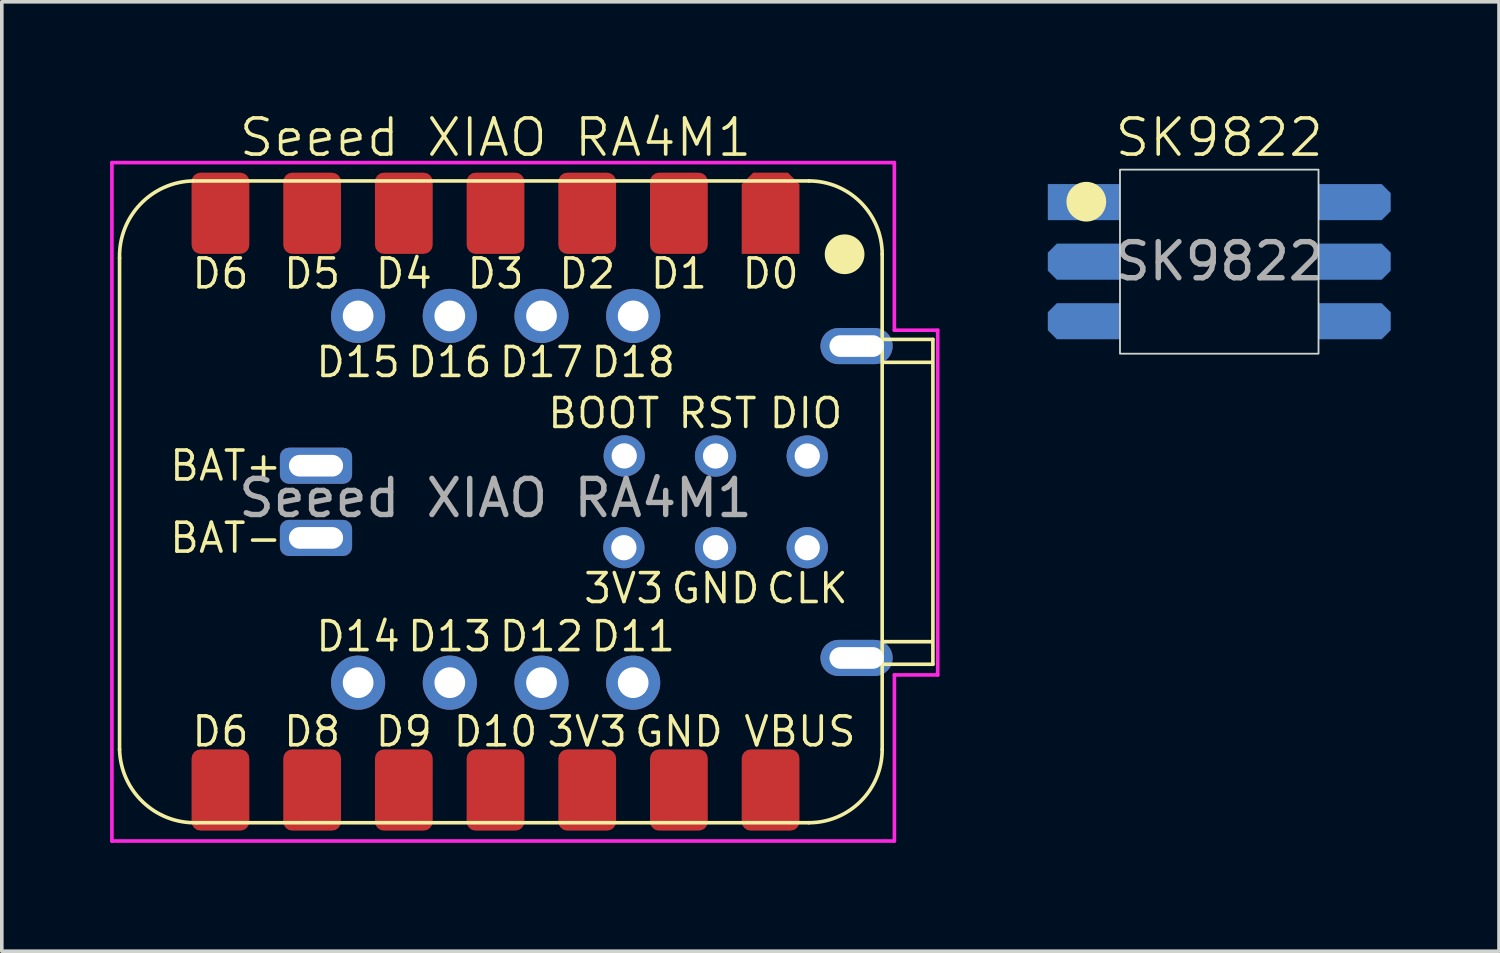
<source format=kicad_pcb>
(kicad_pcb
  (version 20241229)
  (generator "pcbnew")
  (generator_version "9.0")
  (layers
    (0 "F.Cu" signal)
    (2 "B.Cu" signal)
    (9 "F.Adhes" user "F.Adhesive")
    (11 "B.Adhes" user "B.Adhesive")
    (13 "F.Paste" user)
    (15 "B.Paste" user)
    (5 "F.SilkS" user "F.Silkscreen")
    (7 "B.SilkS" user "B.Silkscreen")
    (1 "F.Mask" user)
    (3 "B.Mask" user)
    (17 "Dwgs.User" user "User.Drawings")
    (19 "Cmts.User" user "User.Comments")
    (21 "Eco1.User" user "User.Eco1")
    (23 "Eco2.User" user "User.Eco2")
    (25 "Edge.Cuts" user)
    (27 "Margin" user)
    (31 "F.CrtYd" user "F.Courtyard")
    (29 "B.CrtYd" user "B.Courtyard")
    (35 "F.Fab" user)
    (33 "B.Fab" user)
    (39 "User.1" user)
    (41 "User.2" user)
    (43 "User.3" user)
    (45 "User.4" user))
  (footprint "SK9822"
    (layer "F.Cu")
    (at 30.727 4.189)
    (property "Reference" "SK9822" (at 0 -3.429 0) (unlocked yes) (layer "F.SilkS") (effects (font (size 1 1) (thickness 0.1))))
    (attr smd)
    (fp_circle (center -3.683 -1.651) (end -3.183 -1.651) (stroke (width 0.1) (type solid)) (fill yes) (layer "F.SilkS"))
    (fp_rect (start -2.75 -2.54) (end 2.75 2.56) (stroke (width 0.05) (type default)) (fill no) (layer "Edge.Cuts"))
    (fp_text user "${REFERENCE}" (at 0 0 0) (unlocked yes) (layer "F.Fab") (effects (font (size 1 1) (thickness 0.15))))
    (pad "1" smd rect (at -3.75 -1.64) (size 2 1) (layers "B.Cu" "B.Mask" "B.Paste"))
    (pad "2" smd roundrect (at -3.75 0.01) (size 2 1) (layers "B.Cu" "B.Mask" "B.Paste") (roundrect_rratio 0) (chamfer_ratio 0.25) (chamfer top_left bottom_left))
    (pad "3" smd roundrect (at -3.75 1.66) (size 2 1) (layers "B.Cu" "B.Mask" "B.Paste") (roundrect_rratio 0) (chamfer_ratio 0.25) (chamfer top_left bottom_left))
    (pad "4" smd roundrect (at 3.75 1.66 180) (size 2 1) (layers "B.Cu" "B.Mask" "B.Paste") (roundrect_rratio 0) (chamfer_ratio 0.25) (chamfer top_left bottom_left))
    (pad "5" smd roundrect (at 3.75 0.01 180) (size 2 1) (layers "B.Cu" "B.Mask" "B.Paste") (roundrect_rratio 0) (chamfer_ratio 0.25) (chamfer top_left bottom_left))
    (pad "6" smd roundrect (at 3.75 -1.64 180) (size 2 1) (layers "B.Cu" "B.Mask" "B.Paste") (roundrect_rratio 0) (chamfer_ratio 0.25) (chamfer top_left bottom_left)))
  (footprint "Seeed XIAO RA4M1"
    (layer "F.Cu")
    (at 18.297 2.858)
    (property "Reference" "Seeed XIAO RA4M1" (at -7.62 -2.098 0) (unlocked yes) (layer "F.SilkS") (effects (font (size 1 1) (thickness 0.1))))
    (attr smd)
    (fp_line (start -18.035 1.238) (end -18.035 14.852) (stroke (width 0.1) (type default)) (layer "F.SilkS"))
    (fp_line (start -15.901 16.884) (end 1.06 16.884) (stroke (width 0.1) (type default)) (layer "F.SilkS"))
    (fp_line (start 1.06 -0.896) (end -16.003 -0.896) (stroke (width 0.1) (type default)) (layer "F.SilkS"))
    (fp_line (start 3.092 14.852) (end 3.092 1.136) (stroke (width 0.1) (type default)) (layer "F.SilkS"))
    (fp_line (start 3.13 4.129) (end 4.48 4.129) (stroke (width 0.1) (type default)) (layer "F.SilkS"))
    (fp_line (start 3.13 11.869) (end 4.48 11.869) (stroke (width 0.1) (type default)) (layer "F.SilkS"))
    (fp_line (start 3.147 3.494) (end 4.497 3.494) (stroke (width 0.1) (type default)) (layer "F.SilkS"))
    (fp_line (start 3.147 12.494) (end 4.497 12.494) (stroke (width 0.1) (type default)) (layer "F.SilkS"))
    (fp_line (start 4.497 3.494) (end 4.497 12.494) (stroke (width 0.1) (type default)) (layer "F.SilkS"))
    (fp_arc (start -18.034657 1.237814) (mid -17.460513 -0.249895) (end -16.002552 -0.895859) (stroke (width 0.1) (type default)) (layer "F.SilkS"))
    (fp_arc (start -15.90106 16.88414) (mid -17.388689 16.309992) (end -18.03466 14.852115) (stroke (width 0.1) (type default)) (layer "F.SilkS"))
    (fp_arc (start 1.06029 -0.895883) (mid 2.49717 -0.300715) (end 3.09234 1.136167) (stroke (width 0.1) (type default)) (layer "F.SilkS"))
    (fp_arc (start 3.09234 14.85209) (mid 2.497169 16.288969) (end 1.06029 16.88414) (stroke (width 0.1) (type default)) (layer "F.SilkS"))
    (fp_circle (center 2.051 1.136) (end 2.551 1.136) (stroke (width 0.1) (type solid)) (fill yes) (layer "F.SilkS"))
    (fp_line (start -18.247 -1.403) (end 3.429 -1.403) (stroke (width 0.1) (type default)) (layer "F.CrtYd"))
    (fp_line (start -18.247 17.393) (end -18.247 -1.403) (stroke (width 0.1) (type default)) (layer "F.CrtYd"))
    (fp_line (start 3.429 -1.403) (end 3.429 3.24) (stroke (width 0.1) (type default)) (layer "F.CrtYd"))
    (fp_line (start 3.43 3.24) (end 4.63 3.24) (stroke (width 0.1) (type default)) (layer "F.CrtYd"))
    (fp_line (start 3.43 12.79) (end 3.43 17.39) (stroke (width 0.1) (type default)) (layer "F.CrtYd"))
    (fp_line (start 3.43 12.79) (end 4.63 12.79) (stroke (width 0.1) (type default)) (layer "F.CrtYd"))
    (fp_line (start 3.43 17.39) (end -18.247 17.39) (stroke (width 0.1) (type default)) (layer "F.CrtYd"))
    (fp_line (start 4.63 3.24) (end 4.63 12.79) (stroke (width 0.1) (type default)) (layer "F.CrtYd"))
    (fp_text user "BAT-" (at -15.093 8.994 0) (unlocked yes) (layer "F.SilkS") (effects (font (size 0.8 0.8) (thickness 0.1))))
    (fp_text user "D1" (at -2.54 2.14 0) (unlocked yes) (layer "F.SilkS") (effects (font (size 0.8 0.8) (thickness 0.1)) (justify bottom)))
    (fp_text user "D8" (at -12.7 13.89 0) (unlocked yes) (layer "F.SilkS") (effects (font (size 0.8 0.8) (thickness 0.1)) (justify top)))
    (fp_text user "D13" (at -8.886 11.254 0) (unlocked yes) (layer "F.SilkS") (effects (font (size 0.8 0.8) (thickness 0.1)) (justify top)))
    (fp_text user "D10" (at -7.62 13.89 0) (unlocked yes) (layer "F.SilkS") (effects (font (size 0.8 0.8) (thickness 0.1)) (justify top)))
    (fp_text user "GND" (at -1.524 10.39 0) (unlocked yes) (layer "F.SilkS") (effects (font (size 0.8 0.8) (thickness 0.1))))
    (fp_text user "D6" (at -15.24 2.14 0) (unlocked yes) (layer "F.SilkS") (effects (font (size 0.8 0.8) (thickness 0.1)) (justify bottom)))
    (fp_text user "GND" (at -2.54 13.89 0) (unlocked yes) (layer "F.SilkS") (effects (font (size 0.8 0.8) (thickness 0.1)) (justify top)))
    (fp_text user "D9" (at -10.16 13.89 0) (unlocked yes) (layer "F.SilkS") (effects (font (size 0.8 0.8) (thickness 0.1)) (justify top)))
    (fp_text user "D16" (at -8.886 4.594 0) (unlocked yes) (layer "F.SilkS") (effects (font (size 0.8 0.8) (thickness 0.1)) (justify bottom)))
    (fp_text user "BAT+" (at -15.093 6.994 0) (unlocked yes) (layer "F.SilkS") (effects (font (size 0.8 0.8) (thickness 0.1))))
    (fp_text user "BOOT" (at -4.62 5.54 0) (unlocked yes) (layer "F.SilkS") (effects (font (size 0.8 0.8) (thickness 0.1))))
    (fp_text user "D4" (at -10.16 2.14 0) (unlocked yes) (layer "F.SilkS") (effects (font (size 0.8 0.8) (thickness 0.1)) (justify bottom)))
    (fp_text user "D18" (at -3.806 4.594 0) (unlocked yes) (layer "F.SilkS") (effects (font (size 0.8 0.8) (thickness 0.1)) (justify bottom)))
    (fp_text user "D0" (at 0 2.14 0) (unlocked yes) (layer "F.SilkS") (effects (font (size 0.8 0.8) (thickness 0.1)) (justify bottom)))
    (fp_text user "D14" (at -11.426 11.254 0) (unlocked yes) (layer "F.SilkS") (effects (font (size 0.8 0.8) (thickness 0.1)) (justify top)))
    (fp_text user "DIO" (at 0.98 5.54 0) (unlocked yes) (layer "F.SilkS") (effects (font (size 0.8 0.8) (thickness 0.1))))
    (fp_text user "D12" (at -6.346 11.254 0) (unlocked yes) (layer "F.SilkS") (effects (font (size 0.8 0.8) (thickness 0.1)) (justify top)))
    (fp_text user "3V3" (at -5.08 13.89 0) (unlocked yes) (layer "F.SilkS") (effects (font (size 0.8 0.8) (thickness 0.1)) (justify top)))
    (fp_text user "3V3" (at -4.064 10.39 0) (unlocked yes) (layer "F.SilkS") (effects (font (size 0.8 0.8) (thickness 0.1))))
    (fp_text user "CLK" (at 1.016 10.39 0) (unlocked yes) (layer "F.SilkS") (effects (font (size 0.8 0.8) (thickness 0.1))))
    (fp_text user "D6" (at -15.24 13.89 0) (unlocked yes) (layer "F.SilkS") (effects (font (size 0.8 0.8) (thickness 0.1)) (justify top)))
    (fp_text user "D11" (at -3.806 11.254 0) (unlocked yes) (layer "F.SilkS") (effects (font (size 0.8 0.8) (thickness 0.1)) (justify top)))
    (fp_text user "D17" (at -6.346 4.594 0) (unlocked yes) (layer "F.SilkS") (effects (font (size 0.8 0.8) (thickness 0.1)) (justify bottom)))
    (fp_text user "D5" (at -12.7 2.14 0) (unlocked yes) (layer "F.SilkS") (effects (font (size 0.8 0.8) (thickness 0.1)) (justify bottom)))
    (fp_text user "D2" (at -5.08 2.14 0) (unlocked yes) (layer "F.SilkS") (effects (font (size 0.8 0.8) (thickness 0.1)) (justify bottom)))
    (fp_text user "D15" (at -11.426 4.594 0) (unlocked yes) (layer "F.SilkS") (effects (font (size 0.8 0.8) (thickness 0.1)) (justify bottom)))
    (fp_text user "D3" (at -7.62 2.14 0) (unlocked yes) (layer "F.SilkS") (effects (font (size 0.8 0.8) (thickness 0.1)) (justify bottom)))
    (fp_text user "VBUS" (at 0.813 13.89 0) (unlocked yes) (layer "F.SilkS") (effects (font (size 0.8 0.8) (thickness 0.1)) (justify top)))
    (fp_text user "RST" (at -1.47 5.54 0) (unlocked yes) (layer "F.SilkS") (effects (font (size 0.8 0.8) (thickness 0.1))))
    (fp_text user "${REFERENCE}" (at -7.62 7.89 0) (unlocked yes) (layer "F.Fab") (effects (font (size 1 1) (thickness 0.15))))
    (pad "1" smd roundrect (at 0 0 90) (size 2.25 1.6) (layers "F.Cu" "F.Mask" "F.Paste") (roundrect_rratio 0) (chamfer_ratio 0.2) (chamfer top_right bottom_right))
    (pad "2" smd roundrect (at -2.54 0 90) (size 2.25 1.6) (layers "F.Cu" "F.Mask" "F.Paste") (roundrect_rratio 0.156))
    (pad "3" smd roundrect (at -5.08 0 90) (size 2.25 1.6) (layers "F.Cu" "F.Mask" "F.Paste") (roundrect_rratio 0.156))
    (pad "4" smd roundrect (at -7.62 0 90) (size 2.25 1.6) (layers "F.Cu" "F.Mask" "F.Paste") (roundrect_rratio 0.156))
    (pad "5" smd roundrect (at -10.16 0 90) (size 2.25 1.6) (layers "F.Cu" "F.Mask" "F.Paste") (roundrect_rratio 0.156))
    (pad "6" smd roundrect (at -12.7 0 90) (size 2.25 1.6) (layers "F.Cu" "F.Mask" "F.Paste") (roundrect_rratio 0.156))
    (pad "7" smd roundrect (at -15.24 0 90) (size 2.25 1.6) (layers "F.Cu" "F.Mask" "F.Paste") (roundrect_rratio 0.156))
    (pad "8" smd roundrect (at -15.24 15.978 270) (size 2.25 1.6) (layers "F.Cu" "F.Mask" "F.Paste") (roundrect_rratio 0.156))
    (pad "9" smd roundrect (at -12.7 15.978 270) (size 2.25 1.6) (layers "F.Cu" "F.Mask" "F.Paste") (roundrect_rratio 0.156))
    (pad "10" smd roundrect (at -10.16 15.978 270) (size 2.25 1.6) (layers "F.Cu" "F.Mask" "F.Paste") (roundrect_rratio 0.156))
    (pad "11" smd roundrect (at -7.62 15.978 270) (size 2.25 1.6) (layers "F.Cu" "F.Mask" "F.Paste") (roundrect_rratio 0.156))
    (pad "12" smd roundrect (at -5.08 15.978 270) (size 2.25 1.6) (layers "F.Cu" "F.Mask" "F.Paste") (roundrect_rratio 0.156))
    (pad "12" thru_hole circle (at -4.064 9.265) (size 1.143 1.143) (drill 0.7) (layers "*.Cu" "*.Mask"))
    (pad "13" smd roundrect (at -2.54 15.978 270) (size 2.25 1.6) (layers "F.Cu" "F.Mask" "F.Paste") (roundrect_rratio 0.156))
    (pad "13" thru_hole circle (at -1.524 9.265) (size 1.143 1.143) (drill 0.7) (layers "*.Cu" "*.Mask"))
    (pad "14" smd roundrect (at 0 15.978 270) (size 2.25 1.6) (layers "F.Cu" "F.Mask" "F.Paste") (roundrect_rratio 0.156))
    (pad "15" thru_hole circle (at -3.806 13.004) (size 1.5 1.5) (drill 0.85) (layers "*.Cu" "*.Mask"))
    (pad "16" thru_hole circle (at -6.346 13.004) (size 1.5 1.5) (drill 0.85) (layers "*.Cu" "*.Mask"))
    (pad "17" thru_hole circle (at -8.886 13.004) (size 1.5 1.5) (drill 0.85) (layers "*.Cu" "*.Mask"))
    (pad "18" thru_hole circle (at -11.426 13.004) (size 1.5 1.5) (drill 0.85) (layers "*.Cu" "*.Mask"))
    (pad "19" thru_hole circle (at -11.426 2.844) (size 1.5 1.5) (drill 0.85) (layers "*.Cu" "*.Mask"))
    (pad "20" thru_hole circle (at -8.886 2.844) (size 1.5 1.5) (drill 0.85) (layers "*.Cu" "*.Mask"))
    (pad "21" thru_hole circle (at -6.346 2.844) (size 1.5 1.5) (drill 0.85) (layers "*.Cu" "*.Mask"))
    (pad "22" thru_hole circle (at -3.806 2.844) (size 1.5 1.5) (drill 0.85) (layers "*.Cu" "*.Mask"))
    (pad "23" thru_hole roundrect (at -12.593 6.994 180) (size 2 1) (drill oval 1.5 0.6) (layers "*.Cu" "*.Mask") (roundrect_rratio 0.25))
    (pad "24" thru_hole roundrect (at -12.593 8.994 180) (size 2 1) (drill oval 1.5 0.6) (layers "*.Cu" "*.Mask") (roundrect_rratio 0.25))
    (pad "25" thru_hole circle (at 1.016 9.265) (size 1.143 1.143) (drill 0.7) (layers "*.Cu" "*.Mask"))
    (pad "26" thru_hole circle (at 1.016 6.725) (size 1.143 1.143) (drill 0.7) (layers "*.Cu" "*.Mask"))
    (pad "27" thru_hole circle (at -1.524 6.725) (size 1.143 1.143) (drill 0.7) (layers "*.Cu" "*.Mask"))
    (pad "28" thru_hole circle (at -4.054 6.722) (size 1.143 1.143) (drill 0.7) (layers "*.Cu" "*.Mask"))
    (pad "MP" thru_hole oval (at 2.382 3.679 180) (size 2 1) (drill oval 1.5 0.6) (layers "*.Cu" "*.Mask"))
    (pad "MP" thru_hole oval (at 2.382 12.319 180) (size 2 1) (drill oval 1.5 0.6) (layers "*.Cu" "*.Mask")))
  (gr_rect
    (start -3 -3)
    (end 38.477 23.301)
    (stroke (width 0.1) (type default))
    (fill no)
    (layer "Edge.Cuts")))
</source>
